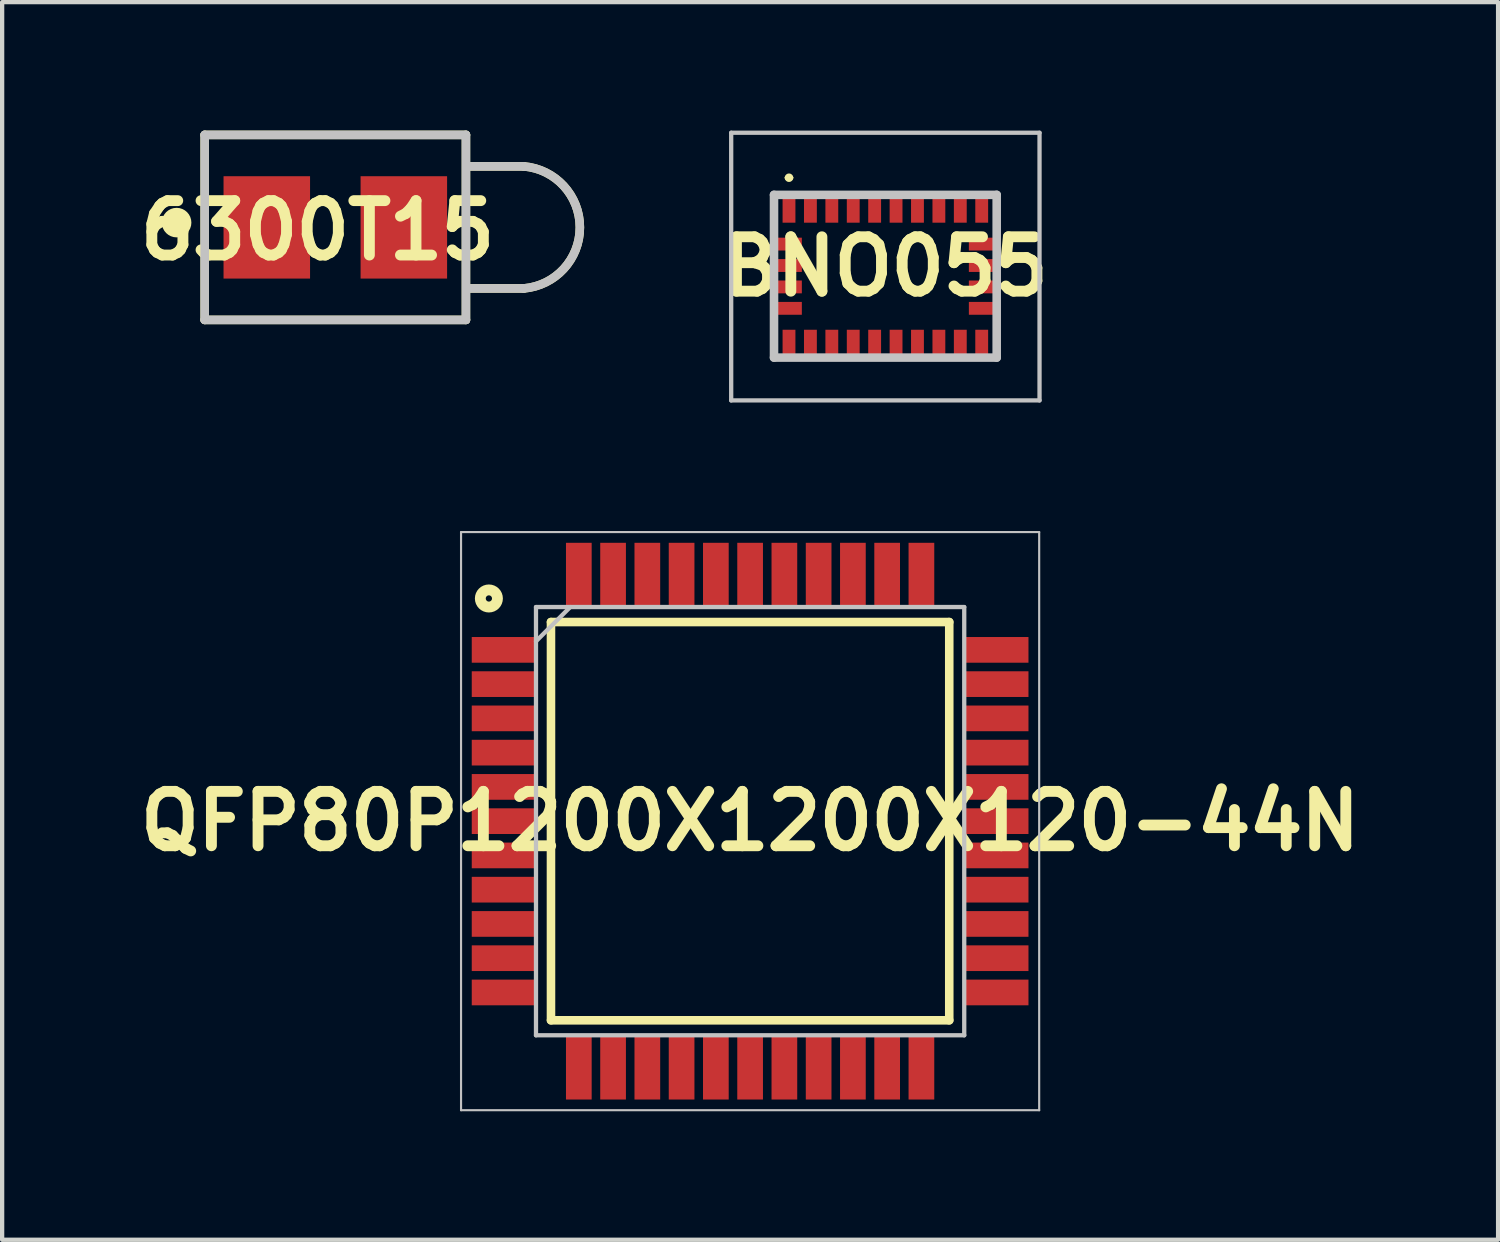
<source format=kicad_pcb>
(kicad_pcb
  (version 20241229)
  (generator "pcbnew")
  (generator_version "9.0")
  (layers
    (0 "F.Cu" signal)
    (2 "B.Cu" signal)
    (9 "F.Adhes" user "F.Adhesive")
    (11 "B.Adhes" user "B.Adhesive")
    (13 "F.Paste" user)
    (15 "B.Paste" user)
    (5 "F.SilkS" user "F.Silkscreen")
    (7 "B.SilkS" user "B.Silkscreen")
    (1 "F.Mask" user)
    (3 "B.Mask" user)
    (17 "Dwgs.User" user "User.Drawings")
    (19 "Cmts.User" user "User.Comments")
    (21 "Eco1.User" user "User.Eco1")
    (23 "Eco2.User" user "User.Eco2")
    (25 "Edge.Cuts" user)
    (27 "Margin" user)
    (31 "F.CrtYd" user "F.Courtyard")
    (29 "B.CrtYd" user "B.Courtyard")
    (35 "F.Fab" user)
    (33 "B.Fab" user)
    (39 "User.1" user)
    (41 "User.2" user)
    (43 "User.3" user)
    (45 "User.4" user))
  (footprint "6300T15"
    (layer "F.Cu")
    (at 4.78 2.26)
    (property "Reference" "6300T15" (at -0.414 0.071 0) (layer "F.SilkS") (effects (font (size 1.27 1.27) (thickness 0.254))))
    (attr smd)
    (fp_line (start -3.05 -2.16) (end -3.05 2.16) (stroke (width 0.2) (type solid)) (layer "F.SilkS"))
    (fp_line (start -3.05 2.16) (end 3.05 2.16) (stroke (width 0.2) (type solid)) (layer "F.SilkS"))
    (fp_line (start 3.05 -2.16) (end -3.05 -2.16) (stroke (width 0.2) (type solid)) (layer "F.SilkS"))
    (fp_line (start 3.05 2.16) (end 3.05 -2.16) (stroke (width 0.2) (type solid)) (layer "F.SilkS"))
    (fp_line (start 4.4 -1.425) (end 3.058 -1.425) (stroke (width 0.2) (type solid)) (layer "F.SilkS"))
    (fp_line (start 4.4 1.425) (end 3.058 1.425) (stroke (width 0.2) (type solid)) (layer "F.SilkS"))
    (fp_arc (start 4.4 -1.425) (mid 5.709998 0.000388) (end 4.399227 1.425065) (stroke (width 0.2) (type solid)) (layer "F.SilkS"))
    (fp_circle (center -3.706 -0.112) (end -3.797 -0.112) (stroke (width 0.254) (type solid)) (fill no) (layer "F.SilkS"))
    (fp_line (start -3.05 -2.16) (end 3.05 -2.16) (stroke (width 0.2) (type solid)) (layer "Dwgs.User"))
    (fp_line (start -3.05 2.16) (end -3.05 -2.16) (stroke (width 0.2) (type solid)) (layer "Dwgs.User"))
    (fp_line (start 3.05 -2.16) (end 3.05 2.16) (stroke (width 0.2) (type solid)) (layer "Dwgs.User"))
    (fp_line (start 3.05 2.16) (end -3.05 2.16) (stroke (width 0.2) (type solid)) (layer "Dwgs.User"))
    (fp_line (start 3.058 -1.425) (end 4.4 -1.425) (stroke (width 0.2) (type solid)) (layer "Dwgs.User"))
    (fp_line (start 3.058 1.425) (end 4.4 1.425) (stroke (width 0.2) (type solid)) (layer "Dwgs.User"))
    (fp_arc (start 4.399227 -1.425065) (mid 5.709998 -0.000388) (end 4.4 1.425) (stroke (width 0.2) (type solid)) (layer "Dwgs.User"))
    (pad "1" smd rect (at -1.6 0) (size 2.02 2.39) (layers "F.Cu" "F.Mask" "F.Paste"))
    (pad "2" smd rect (at 1.6 0) (size 2.02 2.39) (layers "F.Cu" "F.Mask" "F.Paste")))
  (footprint "BNO055"
    (layer "F.Cu")
    (at 17.624 3.4)
    (property "Reference" "BNO055" (at 0 -0.225 0) (layer "F.SilkS") (effects (font (size 1.27 1.27) (thickness 0.254))))
    (attr smd)
    (fp_line (start -2.6 -1.9) (end -2.6 -1) (stroke (width 0.1) (type solid)) (layer "F.SilkS"))
    (fp_line (start -2.6 1.9) (end -2.6 1) (stroke (width 0.1) (type solid)) (layer "F.SilkS"))
    (fp_line (start -2.3 -2.3) (end -2.3 -2.3) (stroke (width 0.1) (type solid)) (layer "F.SilkS"))
    (fp_line (start -2.2 -2.3) (end -2.2 -2.3) (stroke (width 0.1) (type solid)) (layer "F.SilkS"))
    (fp_line (start 2.6 -1.9) (end 2.6 -1) (stroke (width 0.1) (type solid)) (layer "F.SilkS"))
    (fp_line (start 2.6 1.9) (end 2.6 1) (stroke (width 0.1) (type solid)) (layer "F.SilkS"))
    (fp_arc (start -2.3 -2.3) (mid -2.25 -2.35) (end -2.2 -2.3) (stroke (width 0.1) (type solid)) (layer "F.SilkS"))
    (fp_arc (start -2.2 -2.3) (mid -2.25 -2.25) (end -2.3 -2.3) (stroke (width 0.1) (type solid)) (layer "F.SilkS"))
    (fp_line (start -3.6 -3.35) (end 3.6 -3.35) (stroke (width 0.1) (type solid)) (layer "Dwgs.User"))
    (fp_line (start -3.6 2.9) (end -3.6 -3.35) (stroke (width 0.1) (type solid)) (layer "Dwgs.User"))
    (fp_line (start -2.6 -1.9) (end 2.6 -1.9) (stroke (width 0.2) (type solid)) (layer "Dwgs.User"))
    (fp_line (start -2.6 1.9) (end -2.6 -1.9) (stroke (width 0.2) (type solid)) (layer "Dwgs.User"))
    (fp_line (start 2.6 -1.9) (end 2.6 1.9) (stroke (width 0.2) (type solid)) (layer "Dwgs.User"))
    (fp_line (start 2.6 1.9) (end -2.6 1.9) (stroke (width 0.2) (type solid)) (layer "Dwgs.User"))
    (fp_line (start 3.6 -3.35) (end 3.6 2.9) (stroke (width 0.1) (type solid)) (layer "Dwgs.User"))
    (fp_line (start 3.6 2.9) (end -3.6 2.9) (stroke (width 0.1) (type solid)) (layer "Dwgs.User"))
    (pad "1" smd rect (at -2.25 -1.55) (size 0.3 0.6) (layers "F.Cu" "F.Mask" "F.Paste"))
    (pad "2" smd rect (at -2.25 -0.75 90) (size 0.3 0.6) (layers "F.Cu" "F.Mask" "F.Paste"))
    (pad "3" smd rect (at -2.25 -0.25 90) (size 0.3 0.6) (layers "F.Cu" "F.Mask" "F.Paste"))
    (pad "4" smd rect (at -2.25 0.25 90) (size 0.3 0.6) (layers "F.Cu" "F.Mask" "F.Paste"))
    (pad "5" smd rect (at -2.25 0.75 90) (size 0.3 0.6) (layers "F.Cu" "F.Mask" "F.Paste"))
    (pad "6" smd rect (at -2.25 1.55) (size 0.3 0.6) (layers "F.Cu" "F.Mask" "F.Paste"))
    (pad "7" smd rect (at -1.75 1.55) (size 0.3 0.6) (layers "F.Cu" "F.Mask" "F.Paste"))
    (pad "8" smd rect (at -1.25 1.55) (size 0.3 0.6) (layers "F.Cu" "F.Mask" "F.Paste"))
    (pad "9" smd rect (at -0.75 1.55) (size 0.3 0.6) (layers "F.Cu" "F.Mask" "F.Paste"))
    (pad "10" smd rect (at -0.25 1.55) (size 0.3 0.6) (layers "F.Cu" "F.Mask" "F.Paste"))
    (pad "11" smd rect (at 0.25 1.55) (size 0.3 0.6) (layers "F.Cu" "F.Mask" "F.Paste"))
    (pad "12" smd rect (at 0.75 1.55) (size 0.3 0.6) (layers "F.Cu" "F.Mask" "F.Paste"))
    (pad "13" smd rect (at 1.25 1.55) (size 0.3 0.6) (layers "F.Cu" "F.Mask" "F.Paste"))
    (pad "14" smd rect (at 1.75 1.55) (size 0.3 0.6) (layers "F.Cu" "F.Mask" "F.Paste"))
    (pad "15" smd rect (at 2.25 1.55) (size 0.3 0.6) (layers "F.Cu" "F.Mask" "F.Paste"))
    (pad "16" smd rect (at 2.25 0.75 90) (size 0.3 0.6) (layers "F.Cu" "F.Mask" "F.Paste"))
    (pad "17" smd rect (at 2.25 0.25 90) (size 0.3 0.6) (layers "F.Cu" "F.Mask" "F.Paste"))
    (pad "18" smd rect (at 2.25 -0.25 90) (size 0.3 0.6) (layers "F.Cu" "F.Mask" "F.Paste"))
    (pad "19" smd rect (at 2.25 -0.75 90) (size 0.3 0.6) (layers "F.Cu" "F.Mask" "F.Paste"))
    (pad "20" smd rect (at 2.25 -1.55) (size 0.3 0.6) (layers "F.Cu" "F.Mask" "F.Paste"))
    (pad "21" smd rect (at 1.75 -1.55) (size 0.3 0.6) (layers "F.Cu" "F.Mask" "F.Paste"))
    (pad "22" smd rect (at 1.25 -1.55) (size 0.3 0.6) (layers "F.Cu" "F.Mask" "F.Paste"))
    (pad "23" smd rect (at 0.75 -1.55) (size 0.3 0.6) (layers "F.Cu" "F.Mask" "F.Paste"))
    (pad "24" smd rect (at 0.25 -1.55) (size 0.3 0.6) (layers "F.Cu" "F.Mask" "F.Paste"))
    (pad "25" smd rect (at -0.25 -1.55) (size 0.3 0.6) (layers "F.Cu" "F.Mask" "F.Paste"))
    (pad "26" smd rect (at -0.75 -1.55) (size 0.3 0.6) (layers "F.Cu" "F.Mask" "F.Paste"))
    (pad "27" smd rect (at -1.25 -1.55) (size 0.3 0.6) (layers "F.Cu" "F.Mask" "F.Paste"))
    (pad "28" smd rect (at -1.75 -1.55) (size 0.3 0.6) (layers "F.Cu" "F.Mask" "F.Paste")))
  (footprint "QFP80P1200X1200X120-44N"
    (layer "F.Cu")
    (at 14.466 16.125)
    (property "Reference" "QFP80P1200X1200X120-44N" (at 0 0 0) (layer "F.SilkS") (effects (font (size 1.27 1.27) (thickness 0.254))))
    (attr smd)
    (fp_line (start -4.65 -4.65) (end 4.65 -4.65) (stroke (width 0.2) (type solid)) (layer "F.SilkS"))
    (fp_line (start -4.65 4.65) (end -4.65 -4.65) (stroke (width 0.2) (type solid)) (layer "F.SilkS"))
    (fp_line (start 4.65 -4.65) (end 4.65 4.65) (stroke (width 0.2) (type solid)) (layer "F.SilkS"))
    (fp_line (start 4.65 4.65) (end -4.65 4.65) (stroke (width 0.2) (type solid)) (layer "F.SilkS"))
    (fp_circle (center -6.1 -5.2) (end -6.3 -5.2) (stroke (width 0.254) (type solid)) (fill no) (layer "F.SilkS"))
    (fp_line (start -6.75 -6.75) (end 6.75 -6.75) (stroke (width 0.05) (type solid)) (layer "Dwgs.User"))
    (fp_line (start -6.75 6.75) (end -6.75 -6.75) (stroke (width 0.05) (type solid)) (layer "Dwgs.User"))
    (fp_line (start -5 -5) (end 5 -5) (stroke (width 0.1) (type solid)) (layer "Dwgs.User"))
    (fp_line (start -5 -4.2) (end -4.2 -5) (stroke (width 0.1) (type solid)) (layer "Dwgs.User"))
    (fp_line (start -5 5) (end -5 -5) (stroke (width 0.1) (type solid)) (layer "Dwgs.User"))
    (fp_line (start 5 -5) (end 5 5) (stroke (width 0.1) (type solid)) (layer "Dwgs.User"))
    (fp_line (start 5 5) (end -5 5) (stroke (width 0.1) (type solid)) (layer "Dwgs.User"))
    (fp_line (start 6.75 -6.75) (end 6.75 6.75) (stroke (width 0.05) (type solid)) (layer "Dwgs.User"))
    (fp_line (start 6.75 6.75) (end -6.75 6.75) (stroke (width 0.05) (type solid)) (layer "Dwgs.User"))
    (pad "1" smd rect (at -5.75 -4 90) (size 0.6 1.5) (layers "F.Cu" "F.Mask" "F.Paste"))
    (pad "2" smd rect (at -5.75 -3.2 90) (size 0.6 1.5) (layers "F.Cu" "F.Mask" "F.Paste"))
    (pad "3" smd rect (at -5.75 -2.4 90) (size 0.6 1.5) (layers "F.Cu" "F.Mask" "F.Paste"))
    (pad "4" smd rect (at -5.75 -1.6 90) (size 0.6 1.5) (layers "F.Cu" "F.Mask" "F.Paste"))
    (pad "5" smd rect (at -5.75 -0.8 90) (size 0.6 1.5) (layers "F.Cu" "F.Mask" "F.Paste"))
    (pad "6" smd rect (at -5.75 0 90) (size 0.6 1.5) (layers "F.Cu" "F.Mask" "F.Paste"))
    (pad "7" smd rect (at -5.75 0.8 90) (size 0.6 1.5) (layers "F.Cu" "F.Mask" "F.Paste"))
    (pad "8" smd rect (at -5.75 1.6 90) (size 0.6 1.5) (layers "F.Cu" "F.Mask" "F.Paste"))
    (pad "9" smd rect (at -5.75 2.4 90) (size 0.6 1.5) (layers "F.Cu" "F.Mask" "F.Paste"))
    (pad "10" smd rect (at -5.75 3.2 90) (size 0.6 1.5) (layers "F.Cu" "F.Mask" "F.Paste"))
    (pad "11" smd rect (at -5.75 4 90) (size 0.6 1.5) (layers "F.Cu" "F.Mask" "F.Paste"))
    (pad "12" smd rect (at -4 5.75) (size 0.6 1.5) (layers "F.Cu" "F.Mask" "F.Paste"))
    (pad "13" smd rect (at -3.2 5.75) (size 0.6 1.5) (layers "F.Cu" "F.Mask" "F.Paste"))
    (pad "14" smd rect (at -2.4 5.75) (size 0.6 1.5) (layers "F.Cu" "F.Mask" "F.Paste"))
    (pad "15" smd rect (at -1.6 5.75) (size 0.6 1.5) (layers "F.Cu" "F.Mask" "F.Paste"))
    (pad "16" smd rect (at -0.8 5.75) (size 0.6 1.5) (layers "F.Cu" "F.Mask" "F.Paste"))
    (pad "17" smd rect (at 0 5.75) (size 0.6 1.5) (layers "F.Cu" "F.Mask" "F.Paste"))
    (pad "18" smd rect (at 0.8 5.75) (size 0.6 1.5) (layers "F.Cu" "F.Mask" "F.Paste"))
    (pad "19" smd rect (at 1.6 5.75) (size 0.6 1.5) (layers "F.Cu" "F.Mask" "F.Paste"))
    (pad "20" smd rect (at 2.4 5.75) (size 0.6 1.5) (layers "F.Cu" "F.Mask" "F.Paste"))
    (pad "21" smd rect (at 3.2 5.75) (size 0.6 1.5) (layers "F.Cu" "F.Mask" "F.Paste"))
    (pad "22" smd rect (at 4 5.75) (size 0.6 1.5) (layers "F.Cu" "F.Mask" "F.Paste"))
    (pad "23" smd rect (at 5.75 4 90) (size 0.6 1.5) (layers "F.Cu" "F.Mask" "F.Paste"))
    (pad "24" smd rect (at 5.75 3.2 90) (size 0.6 1.5) (layers "F.Cu" "F.Mask" "F.Paste"))
    (pad "25" smd rect (at 5.75 2.4 90) (size 0.6 1.5) (layers "F.Cu" "F.Mask" "F.Paste"))
    (pad "26" smd rect (at 5.75 1.6 90) (size 0.6 1.5) (layers "F.Cu" "F.Mask" "F.Paste"))
    (pad "27" smd rect (at 5.75 0.8 90) (size 0.6 1.5) (layers "F.Cu" "F.Mask" "F.Paste"))
    (pad "28" smd rect (at 5.75 0 90) (size 0.6 1.5) (layers "F.Cu" "F.Mask" "F.Paste"))
    (pad "29" smd rect (at 5.75 -0.8 90) (size 0.6 1.5) (layers "F.Cu" "F.Mask" "F.Paste"))
    (pad "30" smd rect (at 5.75 -1.6 90) (size 0.6 1.5) (layers "F.Cu" "F.Mask" "F.Paste"))
    (pad "31" smd rect (at 5.75 -2.4 90) (size 0.6 1.5) (layers "F.Cu" "F.Mask" "F.Paste"))
    (pad "32" smd rect (at 5.75 -3.2 90) (size 0.6 1.5) (layers "F.Cu" "F.Mask" "F.Paste"))
    (pad "33" smd rect (at 5.75 -4 90) (size 0.6 1.5) (layers "F.Cu" "F.Mask" "F.Paste"))
    (pad "34" smd rect (at 4 -5.75) (size 0.6 1.5) (layers "F.Cu" "F.Mask" "F.Paste"))
    (pad "35" smd rect (at 3.2 -5.75) (size 0.6 1.5) (layers "F.Cu" "F.Mask" "F.Paste"))
    (pad "36" smd rect (at 2.4 -5.75) (size 0.6 1.5) (layers "F.Cu" "F.Mask" "F.Paste"))
    (pad "37" smd rect (at 1.6 -5.75) (size 0.6 1.5) (layers "F.Cu" "F.Mask" "F.Paste"))
    (pad "38" smd rect (at 0.8 -5.75) (size 0.6 1.5) (layers "F.Cu" "F.Mask" "F.Paste"))
    (pad "39" smd rect (at 0 -5.75) (size 0.6 1.5) (layers "F.Cu" "F.Mask" "F.Paste"))
    (pad "40" smd rect (at -0.8 -5.75) (size 0.6 1.5) (layers "F.Cu" "F.Mask" "F.Paste"))
    (pad "41" smd rect (at -1.6 -5.75) (size 0.6 1.5) (layers "F.Cu" "F.Mask" "F.Paste"))
    (pad "42" smd rect (at -2.4 -5.75) (size 0.6 1.5) (layers "F.Cu" "F.Mask" "F.Paste"))
    (pad "43" smd rect (at -3.2 -5.75) (size 0.6 1.5) (layers "F.Cu" "F.Mask" "F.Paste"))
    (pad "44" smd rect (at -4 -5.75) (size 0.6 1.5) (layers "F.Cu" "F.Mask" "F.Paste")))
  (gr_rect
    (start -3 -3)
    (end 31.932 25.9)
    (stroke (width 0.1) (type default))
    (fill no)
    (layer "Edge.Cuts")))
</source>
